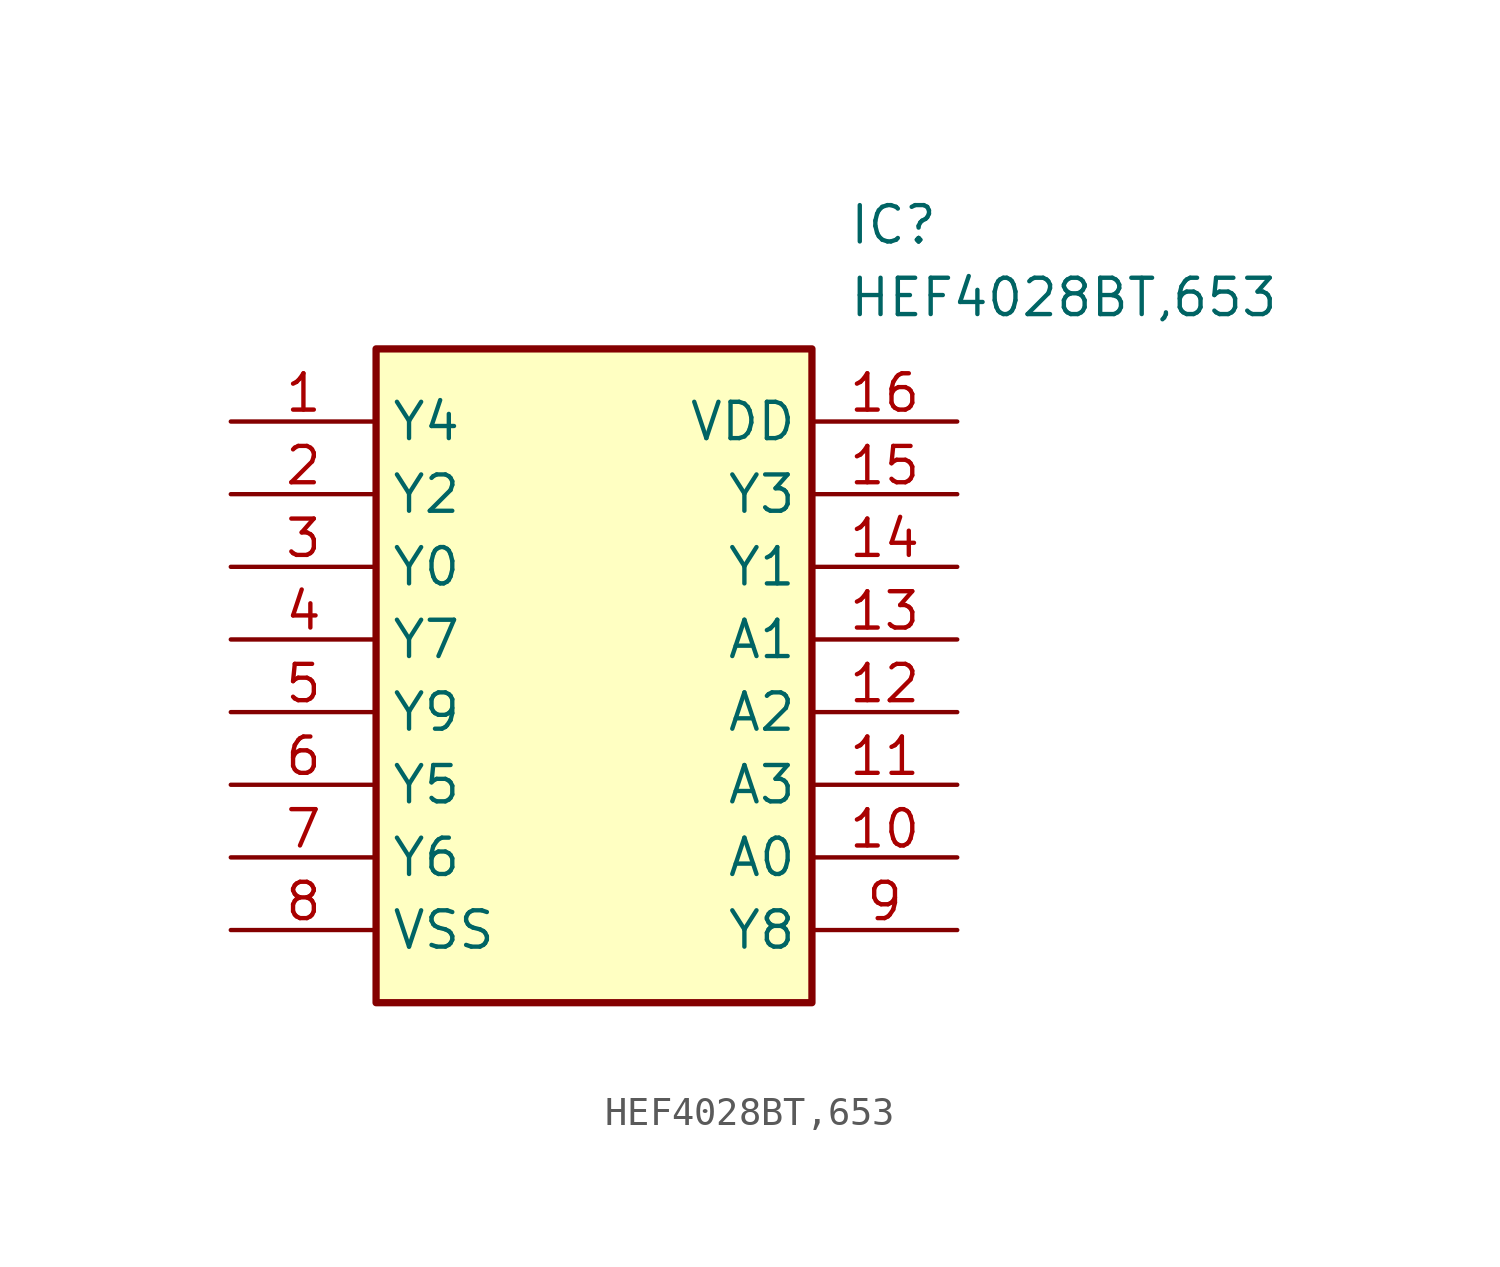
<source format=kicad_sym>
(kicad_symbol_lib
  (version 20211014)
  (generator SamacSys_ECAD_Model)
  (symbol "HEF4028BT,653"
    (property "Reference" "IC"
      (at 21.59 7.62 0)
      (effects (font (size 1.27 1.27)) (justify left top)))
    (property "Value" "HEF4028BT,653"
      (at 21.59 5.08 0)
      (effects (font (size 1.27 1.27)) (justify left top)))
    (rectangle
      (start 5.08 2.54)
      (end 20.32 -20.32)
      (stroke (width 0.254) (type default))
      (fill (type background)))
    (pin passive line
      (at 0 0 0)
      (length 5.08)
      (name "Y4" (effects (font (size 1.27 1.27))))
      (number "1" (effects (font (size 1.27 1.27)))))
    (pin passive line
      (at 0 -2.54 0)
      (length 5.08)
      (name "Y2" (effects (font (size 1.27 1.27))))
      (number "2" (effects (font (size 1.27 1.27)))))
    (pin passive line
      (at 0 -5.08 0)
      (length 5.08)
      (name "Y0" (effects (font (size 1.27 1.27))))
      (number "3" (effects (font (size 1.27 1.27)))))
    (pin passive line
      (at 0 -7.62 0)
      (length 5.08)
      (name "Y7" (effects (font (size 1.27 1.27))))
      (number "4" (effects (font (size 1.27 1.27)))))
    (pin passive line
      (at 0 -10.16 0)
      (length 5.08)
      (name "Y9" (effects (font (size 1.27 1.27))))
      (number "5" (effects (font (size 1.27 1.27)))))
    (pin passive line
      (at 0 -12.7 0)
      (length 5.08)
      (name "Y5" (effects (font (size 1.27 1.27))))
      (number "6" (effects (font (size 1.27 1.27)))))
    (pin passive line
      (at 0 -15.24 0)
      (length 5.08)
      (name "Y6" (effects (font (size 1.27 1.27))))
      (number "7" (effects (font (size 1.27 1.27)))))
    (pin passive line
      (at 0 -17.78 0)
      (length 5.08)
      (name "VSS" (effects (font (size 1.27 1.27))))
      (number "8" (effects (font (size 1.27 1.27)))))
    (pin passive line
      (at 25.4 -17.78 180)
      (length 5.08)
      (name "Y8" (effects (font (size 1.27 1.27))))
      (number "9" (effects (font (size 1.27 1.27)))))
    (pin passive line
      (at 25.4 -15.24 180)
      (length 5.08)
      (name "A0" (effects (font (size 1.27 1.27))))
      (number "10" (effects (font (size 1.27 1.27)))))
    (pin passive line
      (at 25.4 -12.7 180)
      (length 5.08)
      (name "A3" (effects (font (size 1.27 1.27))))
      (number "11" (effects (font (size 1.27 1.27)))))
    (pin passive line
      (at 25.4 -10.16 180)
      (length 5.08)
      (name "A2" (effects (font (size 1.27 1.27))))
      (number "12" (effects (font (size 1.27 1.27)))))
    (pin passive line
      (at 25.4 -7.62 180)
      (length 5.08)
      (name "A1" (effects (font (size 1.27 1.27))))
      (number "13" (effects (font (size 1.27 1.27)))))
    (pin passive line
      (at 25.4 -5.08 180)
      (length 5.08)
      (name "Y1" (effects (font (size 1.27 1.27))))
      (number "14" (effects (font (size 1.27 1.27)))))
    (pin passive line
      (at 25.4 -2.54 180)
      (length 5.08)
      (name "Y3" (effects (font (size 1.27 1.27))))
      (number "15" (effects (font (size 1.27 1.27)))))
    (pin passive line
      (at 25.4 0 180)
      (length 5.08)
      (name "VDD" (effects (font (size 1.27 1.27))))
      (number "16" (effects (font (size 1.27 1.27)))))))
</source>
